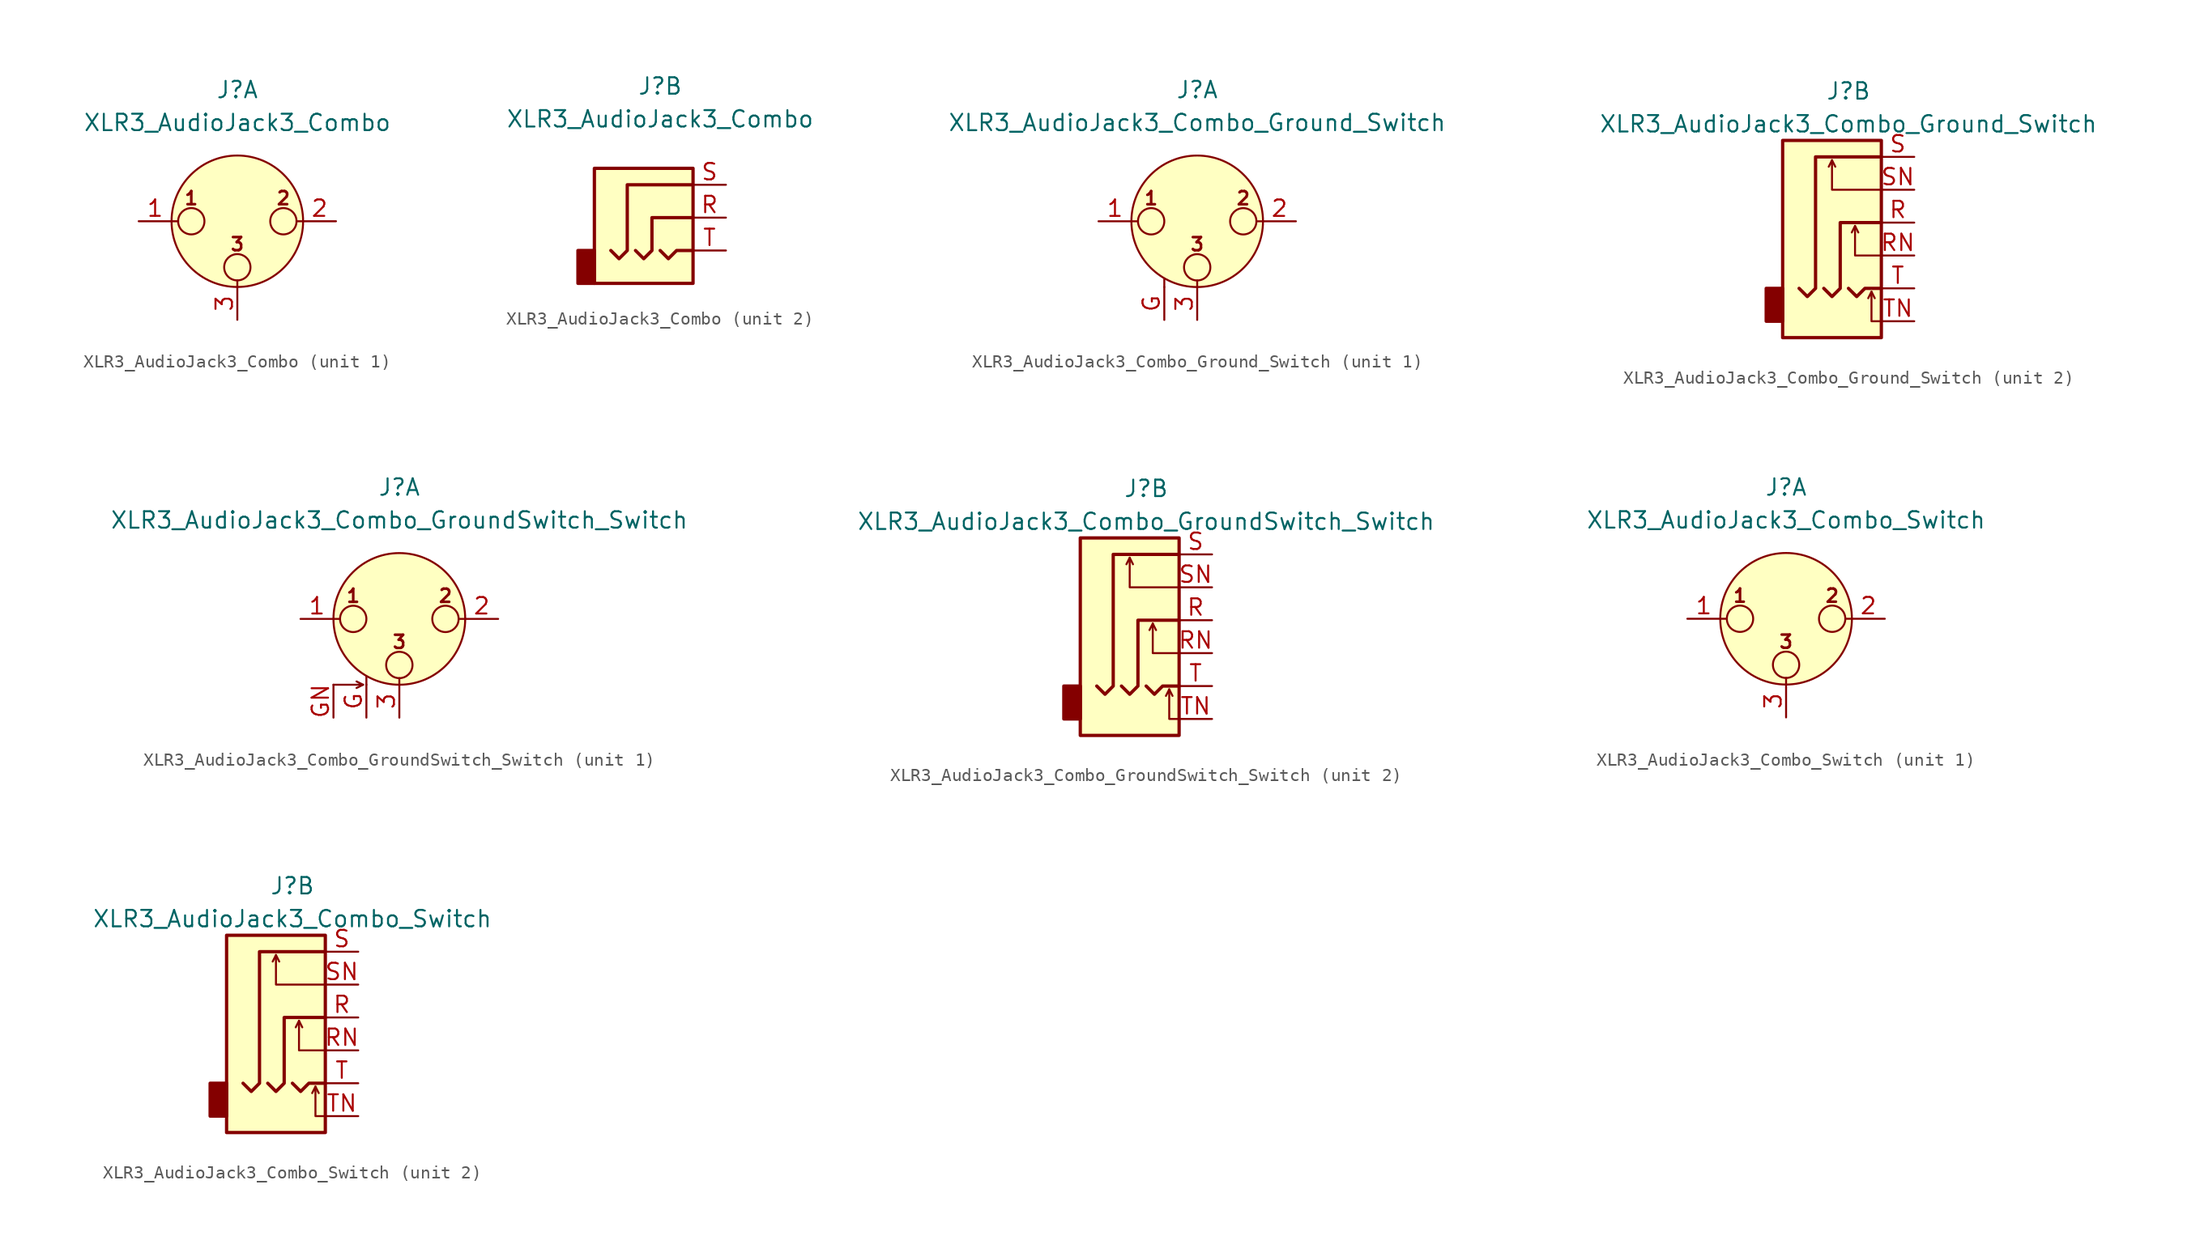
<source format=kicad_sym>
(kicad_symbol_lib
  (version 20241209)
  (generator "kicad_symbol_editor")
  (generator_version "9.0")
  (symbol "XLR3_AudioJack3_Combo"
    (pin_names
      (hide yes))
    (property "Reference" "J"
      (at 0 10.16 0)
      (effects (font (size 1.27 1.27))))
    (property "Value" "XLR3_AudioJack3_Combo"
      (at 0 7.62 0)
      (effects (font (size 1.27 1.27))))
    (symbol "XLR3_AudioJack3_Combo_1_1"
      (polyline (pts (xy -5.08 0) (xy -4.572 0)) (stroke (width 0) (type default)) (fill (type none)))
      (circle (center -3.556 0) (radius 1.016) (stroke (width 0) (type default)) (fill (type none)))
      (circle (center 0 0) (radius 5.08) (stroke (width 0) (type default)) (fill (type background)))
      (circle (center 0 -3.556) (radius 1.016) (stroke (width 0) (type default)) (fill (type none)))
      (polyline (pts (xy 0 -5.08) (xy 0 -4.572)) (stroke (width 0) (type default)) (fill (type none)))
      (circle (center 3.556 0) (radius 1.016) (stroke (width 0) (type default)) (fill (type none)))
      (polyline (pts (xy 5.08 0) (xy 4.572 0)) (stroke (width 0) (type default)) (fill (type none)))
      (text "1" (at -3.556 1.778 0) (effects (font (size 1.016 1.016) (bold yes))))
      (text "3" (at 0 -1.778 0) (effects (font (size 1.016 1.016) (bold yes))))
      (text "2" (at 3.556 1.778 0) (effects (font (size 1.016 1.016) (bold yes))))
      (pin passive line (at -7.62 0 0) (length 2.54) (name "~" (effects (font (size 1.27 1.27)))) (number "1" (effects (font (size 1.27 1.27)))))
      (pin passive line (at 0 -7.62 90) (length 2.54) (name "~" (effects (font (size 1.27 1.27)))) (number "3" (effects (font (size 1.27 1.27)))))
      (pin passive line (at 7.62 0 180) (length 2.54) (name "~" (effects (font (size 1.27 1.27)))) (number "2" (effects (font (size 1.27 1.27))))))
    (symbol "XLR3_AudioJack3_Combo_2_1"
      (rectangle (start -5.08 -2.54) (end -6.35 -5.08) (stroke (width 0.254) (type default)) (fill (type outline)))
      (polyline (pts (xy -1.905 -2.54) (xy -1.27 -3.175) (xy -0.635 -2.54) (xy -0.635 0) (xy 2.54 0)) (stroke (width 0.254) (type default)) (fill (type none)))
      (polyline (pts (xy 0 -2.54) (xy 0.635 -3.175) (xy 1.27 -2.54) (xy 2.54 -2.54)) (stroke (width 0.254) (type default)) (fill (type none)))
      (rectangle (start 2.54 3.81) (end -5.08 -5.08) (stroke (width 0.254) (type default)) (fill (type background)))
      (polyline (pts (xy 2.54 2.54) (xy -2.54 2.54) (xy -2.54 -2.54) (xy -3.175 -3.175) (xy -3.81 -2.54)) (stroke (width 0.254) (type default)) (fill (type none)))
      (pin passive line (at 5.08 2.54 180) (length 2.54) (name "~" (effects (font (size 1.27 1.27)))) (number "S" (effects (font (size 1.27 1.27)))))
      (pin passive line (at 5.08 0 180) (length 2.54) (name "~" (effects (font (size 1.27 1.27)))) (number "R" (effects (font (size 1.27 1.27)))))
      (pin passive line (at 5.08 -2.54 180) (length 2.54) (name "~" (effects (font (size 1.27 1.27)))) (number "T" (effects (font (size 1.27 1.27)))))))
  (symbol "XLR3_AudioJack3_Combo_Ground_Switch"
    (pin_names
      (hide yes))
    (property "Reference" "J"
      (at 0 10.16 0)
      (effects (font (size 1.27 1.27))))
    (property "Value" "XLR3_AudioJack3_Combo_Ground_Switch"
      (at 0 7.62 0)
      (effects (font (size 1.27 1.27))))
    (symbol "XLR3_AudioJack3_Combo_Ground_Switch_1_1"
      (polyline (pts (xy -5.08 0) (xy -4.572 0)) (stroke (width 0) (type default)) (fill (type none)))
      (circle (center -3.556 0) (radius 1.016) (stroke (width 0) (type default)) (fill (type none)))
      (polyline (pts (xy -2.54 -5.08) (xy -2.54 -4.445)) (stroke (width 0) (type default)) (fill (type none)))
      (circle (center 0 0) (radius 5.08) (stroke (width 0) (type default)) (fill (type background)))
      (circle (center 0 -3.556) (radius 1.016) (stroke (width 0) (type default)) (fill (type none)))
      (polyline (pts (xy 0 -5.08) (xy 0 -4.572)) (stroke (width 0) (type default)) (fill (type none)))
      (circle (center 3.556 0) (radius 1.016) (stroke (width 0) (type default)) (fill (type none)))
      (polyline (pts (xy 5.08 0) (xy 4.572 0)) (stroke (width 0) (type default)) (fill (type none)))
      (text "1" (at -3.556 1.778 0) (effects (font (size 1.016 1.016) (bold yes))))
      (text "3" (at 0 -1.778 0) (effects (font (size 1.016 1.016) (bold yes))))
      (text "2" (at 3.556 1.778 0) (effects (font (size 1.016 1.016) (bold yes))))
      (pin passive line (at -7.62 0 0) (length 2.54) (name "~" (effects (font (size 1.27 1.27)))) (number "1" (effects (font (size 1.27 1.27)))))
      (pin passive line (at -2.54 -7.62 90) (length 2.54) (name "~" (effects (font (size 1.27 1.27)))) (number "G" (effects (font (size 1.27 1.27)))))
      (pin passive line (at 0 -7.62 90) (length 2.54) (name "~" (effects (font (size 1.27 1.27)))) (number "3" (effects (font (size 1.27 1.27)))))
      (pin passive line (at 7.62 0 180) (length 2.54) (name "~" (effects (font (size 1.27 1.27)))) (number "2" (effects (font (size 1.27 1.27))))))
    (symbol "XLR3_AudioJack3_Combo_Ground_Switch_2_1"
      (rectangle (start -5.08 -5.08) (end -6.35 -7.62) (stroke (width 0.254) (type default)) (fill (type outline)))
      (polyline (pts (xy -1.905 -5.08) (xy -1.27 -5.715) (xy -0.635 -5.08) (xy -0.635 0) (xy 2.54 0)) (stroke (width 0.254) (type default)) (fill (type none)))
      (polyline (pts (xy -1.27 4.826) (xy -1.016 4.318)) (stroke (width 0) (type default)) (fill (type none)))
      (polyline (pts (xy 0 -5.08) (xy 0.635 -5.715) (xy 1.27 -5.08) (xy 2.54 -5.08)) (stroke (width 0.254) (type default)) (fill (type none)))
      (polyline (pts (xy 0.508 -0.254) (xy 0.762 -0.762)) (stroke (width 0) (type default)) (fill (type none)))
      (polyline (pts (xy 1.778 -5.334) (xy 2.032 -5.842)) (stroke (width 0) (type default)) (fill (type none)))
      (rectangle (start 2.54 6.35) (end -5.08 -8.89) (stroke (width 0.254) (type default)) (fill (type background)))
      (polyline (pts (xy 2.54 5.08) (xy -2.54 5.08) (xy -2.54 -5.08) (xy -3.175 -5.715) (xy -3.81 -5.08)) (stroke (width 0.254) (type default)) (fill (type none)))
      (polyline (pts (xy 2.54 2.54) (xy -1.27 2.54) (xy -1.27 4.826) (xy -1.524 4.318)) (stroke (width 0) (type default)) (fill (type none)))
      (polyline (pts (xy 2.54 -2.54) (xy 0.508 -2.54) (xy 0.508 -0.254) (xy 0.254 -0.762)) (stroke (width 0) (type default)) (fill (type none)))
      (polyline (pts (xy 2.54 -7.62) (xy 1.778 -7.62) (xy 1.778 -5.334) (xy 1.524 -5.842)) (stroke (width 0) (type default)) (fill (type none)))
      (pin passive line (at 5.08 5.08 180) (length 2.54) (name "~" (effects (font (size 1.27 1.27)))) (number "S" (effects (font (size 1.27 1.27)))))
      (pin passive line (at 5.08 2.54 180) (length 2.54) (name "~" (effects (font (size 1.27 1.27)))) (number "SN" (effects (font (size 1.27 1.27)))))
      (pin passive line (at 5.08 0 180) (length 2.54) (name "~" (effects (font (size 1.27 1.27)))) (number "R" (effects (font (size 1.27 1.27)))))
      (pin passive line (at 5.08 -2.54 180) (length 2.54) (name "~" (effects (font (size 1.27 1.27)))) (number "RN" (effects (font (size 1.27 1.27)))))
      (pin passive line (at 5.08 -5.08 180) (length 2.54) (name "~" (effects (font (size 1.27 1.27)))) (number "T" (effects (font (size 1.27 1.27)))))
      (pin passive line (at 5.08 -7.62 180) (length 2.54) (name "~" (effects (font (size 1.27 1.27)))) (number "TN" (effects (font (size 1.27 1.27)))))))
  (symbol "XLR3_AudioJack3_Combo_GroundSwitch_Switch"
    (pin_names
      (hide yes))
    (property "Reference" "J"
      (at 0 10.16 0)
      (effects (font (size 1.27 1.27))))
    (property "Value" "XLR3_AudioJack3_Combo_GroundSwitch_Switch"
      (at 0 7.62 0)
      (effects (font (size 1.27 1.27))))
    (symbol "XLR3_AudioJack3_Combo_GroundSwitch_Switch_1_1"
      (polyline (pts (xy -5.08 0) (xy -4.572 0)) (stroke (width 0) (type default)) (fill (type none)))
      (polyline (pts (xy -5.08 -5.08) (xy -2.794 -5.08) (xy -3.302 -4.826)) (stroke (width 0) (type default)) (fill (type none)))
      (circle (center -3.556 0) (radius 1.016) (stroke (width 0) (type default)) (fill (type none)))
      (polyline (pts (xy -2.794 -5.08) (xy -3.302 -5.334)) (stroke (width 0) (type default)) (fill (type none)))
      (polyline (pts (xy -2.54 -5.08) (xy -2.54 -4.445)) (stroke (width 0) (type default)) (fill (type none)))
      (circle (center 0 0) (radius 5.08) (stroke (width 0) (type default)) (fill (type background)))
      (circle (center 0 -3.556) (radius 1.016) (stroke (width 0) (type default)) (fill (type none)))
      (polyline (pts (xy 0 -5.08) (xy 0 -4.572)) (stroke (width 0) (type default)) (fill (type none)))
      (circle (center 3.556 0) (radius 1.016) (stroke (width 0) (type default)) (fill (type none)))
      (polyline (pts (xy 5.08 0) (xy 4.572 0)) (stroke (width 0) (type default)) (fill (type none)))
      (text "1" (at -3.556 1.778 0) (effects (font (size 1.016 1.016) (bold yes))))
      (text "3" (at 0 -1.778 0) (effects (font (size 1.016 1.016) (bold yes))))
      (text "2" (at 3.556 1.778 0) (effects (font (size 1.016 1.016) (bold yes))))
      (pin passive line (at -7.62 0 0) (length 2.54) (name "~" (effects (font (size 1.27 1.27)))) (number "1" (effects (font (size 1.27 1.27)))))
      (pin passive line (at -5.08 -7.62 90) (length 2.54) (name "~" (effects (font (size 1.27 1.27)))) (number "GN" (effects (font (size 1.27 1.27)))))
      (pin passive line (at -2.54 -7.62 90) (length 2.54) (name "~" (effects (font (size 1.27 1.27)))) (number "G" (effects (font (size 1.27 1.27)))))
      (pin passive line (at 0 -7.62 90) (length 2.54) (name "~" (effects (font (size 1.27 1.27)))) (number "3" (effects (font (size 1.27 1.27)))))
      (pin passive line (at 7.62 0 180) (length 2.54) (name "~" (effects (font (size 1.27 1.27)))) (number "2" (effects (font (size 1.27 1.27))))))
    (symbol "XLR3_AudioJack3_Combo_GroundSwitch_Switch_2_1"
      (rectangle (start -5.08 -5.08) (end -6.35 -7.62) (stroke (width 0.254) (type default)) (fill (type outline)))
      (polyline (pts (xy -1.905 -5.08) (xy -1.27 -5.715) (xy -0.635 -5.08) (xy -0.635 0) (xy 2.54 0)) (stroke (width 0.254) (type default)) (fill (type none)))
      (polyline (pts (xy -1.27 4.826) (xy -1.016 4.318)) (stroke (width 0) (type default)) (fill (type none)))
      (polyline (pts (xy 0 -5.08) (xy 0.635 -5.715) (xy 1.27 -5.08) (xy 2.54 -5.08)) (stroke (width 0.254) (type default)) (fill (type none)))
      (polyline (pts (xy 0.508 -0.254) (xy 0.762 -0.762)) (stroke (width 0) (type default)) (fill (type none)))
      (polyline (pts (xy 1.778 -5.334) (xy 2.032 -5.842)) (stroke (width 0) (type default)) (fill (type none)))
      (rectangle (start 2.54 6.35) (end -5.08 -8.89) (stroke (width 0.254) (type default)) (fill (type background)))
      (polyline (pts (xy 2.54 5.08) (xy -2.54 5.08) (xy -2.54 -5.08) (xy -3.175 -5.715) (xy -3.81 -5.08)) (stroke (width 0.254) (type default)) (fill (type none)))
      (polyline (pts (xy 2.54 2.54) (xy -1.27 2.54) (xy -1.27 4.826) (xy -1.524 4.318)) (stroke (width 0) (type default)) (fill (type none)))
      (polyline (pts (xy 2.54 -2.54) (xy 0.508 -2.54) (xy 0.508 -0.254) (xy 0.254 -0.762)) (stroke (width 0) (type default)) (fill (type none)))
      (polyline (pts (xy 2.54 -7.62) (xy 1.778 -7.62) (xy 1.778 -5.334) (xy 1.524 -5.842)) (stroke (width 0) (type default)) (fill (type none)))
      (pin passive line (at 5.08 5.08 180) (length 2.54) (name "~" (effects (font (size 1.27 1.27)))) (number "S" (effects (font (size 1.27 1.27)))))
      (pin passive line (at 5.08 2.54 180) (length 2.54) (name "~" (effects (font (size 1.27 1.27)))) (number "SN" (effects (font (size 1.27 1.27)))))
      (pin passive line (at 5.08 0 180) (length 2.54) (name "~" (effects (font (size 1.27 1.27)))) (number "R" (effects (font (size 1.27 1.27)))))
      (pin passive line (at 5.08 -2.54 180) (length 2.54) (name "~" (effects (font (size 1.27 1.27)))) (number "RN" (effects (font (size 1.27 1.27)))))
      (pin passive line (at 5.08 -5.08 180) (length 2.54) (name "~" (effects (font (size 1.27 1.27)))) (number "T" (effects (font (size 1.27 1.27)))))
      (pin passive line (at 5.08 -7.62 180) (length 2.54) (name "~" (effects (font (size 1.27 1.27)))) (number "TN" (effects (font (size 1.27 1.27)))))))
  (symbol "XLR3_AudioJack3_Combo_Switch"
    (pin_names
      (hide yes))
    (property "Reference" "J"
      (at 0 10.16 0)
      (effects (font (size 1.27 1.27))))
    (property "Value" "XLR3_AudioJack3_Combo_Switch"
      (at 0 7.62 0)
      (effects (font (size 1.27 1.27))))
    (symbol "XLR3_AudioJack3_Combo_Switch_1_1"
      (polyline (pts (xy -5.08 0) (xy -4.572 0)) (stroke (width 0) (type default)) (fill (type none)))
      (circle (center -3.556 0) (radius 1.016) (stroke (width 0) (type default)) (fill (type none)))
      (circle (center 0 0) (radius 5.08) (stroke (width 0) (type default)) (fill (type background)))
      (circle (center 0 -3.556) (radius 1.016) (stroke (width 0) (type default)) (fill (type none)))
      (polyline (pts (xy 0 -5.08) (xy 0 -4.572)) (stroke (width 0) (type default)) (fill (type none)))
      (circle (center 3.556 0) (radius 1.016) (stroke (width 0) (type default)) (fill (type none)))
      (polyline (pts (xy 5.08 0) (xy 4.572 0)) (stroke (width 0) (type default)) (fill (type none)))
      (text "1" (at -3.556 1.778 0) (effects (font (size 1.016 1.016) (bold yes))))
      (text "3" (at 0 -1.778 0) (effects (font (size 1.016 1.016) (bold yes))))
      (text "2" (at 3.556 1.778 0) (effects (font (size 1.016 1.016) (bold yes))))
      (pin passive line (at -7.62 0 0) (length 2.54) (name "~" (effects (font (size 1.27 1.27)))) (number "1" (effects (font (size 1.27 1.27)))))
      (pin passive line (at 0 -7.62 90) (length 2.54) (name "~" (effects (font (size 1.27 1.27)))) (number "3" (effects (font (size 1.27 1.27)))))
      (pin passive line (at 7.62 0 180) (length 2.54) (name "~" (effects (font (size 1.27 1.27)))) (number "2" (effects (font (size 1.27 1.27))))))
    (symbol "XLR3_AudioJack3_Combo_Switch_2_1"
      (rectangle (start -5.08 -5.08) (end -6.35 -7.62) (stroke (width 0.254) (type default)) (fill (type outline)))
      (polyline (pts (xy -1.905 -5.08) (xy -1.27 -5.715) (xy -0.635 -5.08) (xy -0.635 0) (xy 2.54 0)) (stroke (width 0.254) (type default)) (fill (type none)))
      (polyline (pts (xy -1.27 4.826) (xy -1.016 4.318)) (stroke (width 0) (type default)) (fill (type none)))
      (polyline (pts (xy 0 -5.08) (xy 0.635 -5.715) (xy 1.27 -5.08) (xy 2.54 -5.08)) (stroke (width 0.254) (type default)) (fill (type none)))
      (polyline (pts (xy 0.508 -0.254) (xy 0.762 -0.762)) (stroke (width 0) (type default)) (fill (type none)))
      (polyline (pts (xy 1.778 -5.334) (xy 2.032 -5.842)) (stroke (width 0) (type default)) (fill (type none)))
      (rectangle (start 2.54 6.35) (end -5.08 -8.89) (stroke (width 0.254) (type default)) (fill (type background)))
      (polyline (pts (xy 2.54 5.08) (xy -2.54 5.08) (xy -2.54 -5.08) (xy -3.175 -5.715) (xy -3.81 -5.08)) (stroke (width 0.254) (type default)) (fill (type none)))
      (polyline (pts (xy 2.54 2.54) (xy -1.27 2.54) (xy -1.27 4.826) (xy -1.524 4.318)) (stroke (width 0) (type default)) (fill (type none)))
      (polyline (pts (xy 2.54 -2.54) (xy 0.508 -2.54) (xy 0.508 -0.254) (xy 0.254 -0.762)) (stroke (width 0) (type default)) (fill (type none)))
      (polyline (pts (xy 2.54 -7.62) (xy 1.778 -7.62) (xy 1.778 -5.334) (xy 1.524 -5.842)) (stroke (width 0) (type default)) (fill (type none)))
      (pin passive line (at 5.08 5.08 180) (length 2.54) (name "~" (effects (font (size 1.27 1.27)))) (number "S" (effects (font (size 1.27 1.27)))))
      (pin passive line (at 5.08 2.54 180) (length 2.54) (name "~" (effects (font (size 1.27 1.27)))) (number "SN" (effects (font (size 1.27 1.27)))))
      (pin passive line (at 5.08 0 180) (length 2.54) (name "~" (effects (font (size 1.27 1.27)))) (number "R" (effects (font (size 1.27 1.27)))))
      (pin passive line (at 5.08 -2.54 180) (length 2.54) (name "~" (effects (font (size 1.27 1.27)))) (number "RN" (effects (font (size 1.27 1.27)))))
      (pin passive line (at 5.08 -5.08 180) (length 2.54) (name "~" (effects (font (size 1.27 1.27)))) (number "T" (effects (font (size 1.27 1.27)))))
      (pin passive line (at 5.08 -7.62 180) (length 2.54) (name "~" (effects (font (size 1.27 1.27)))) (number "TN" (effects (font (size 1.27 1.27))))))))
</source>
